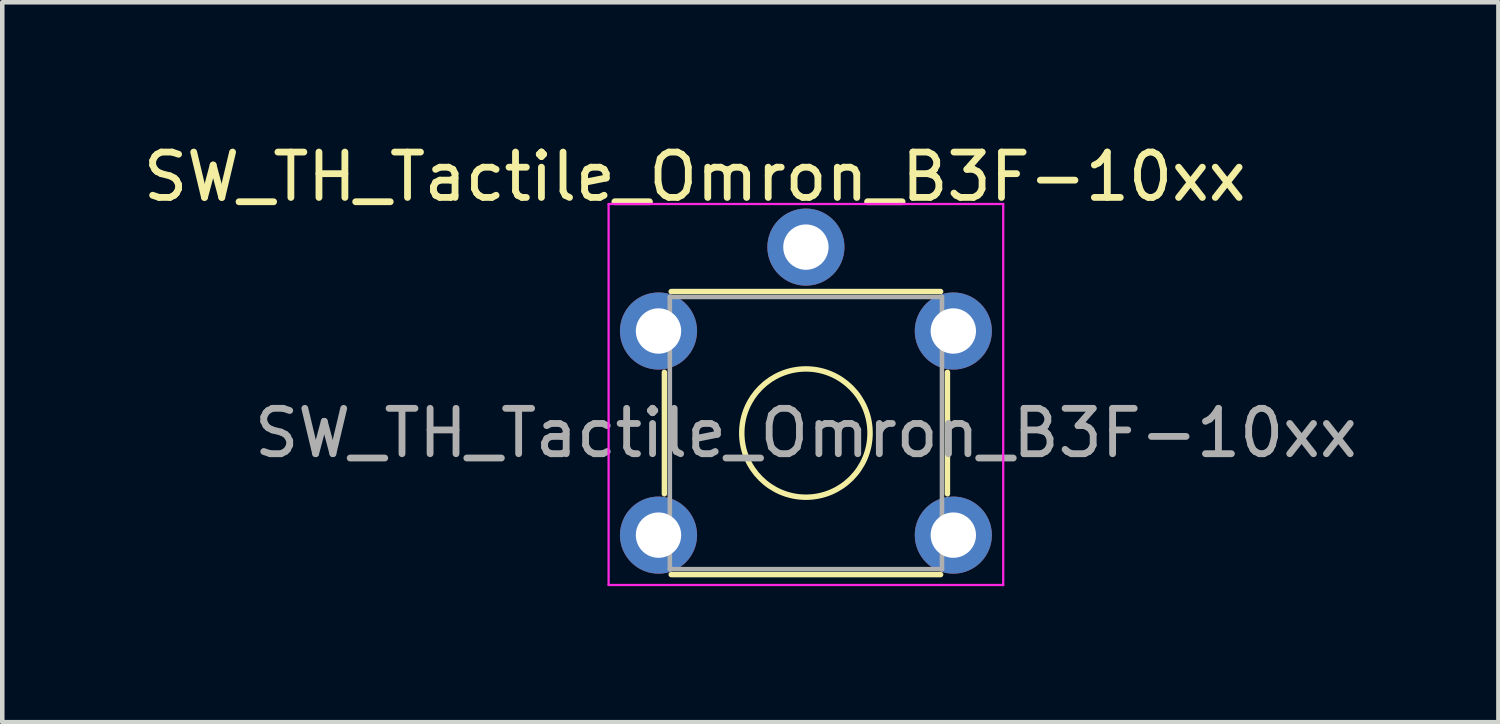
<source format=kicad_pcb>
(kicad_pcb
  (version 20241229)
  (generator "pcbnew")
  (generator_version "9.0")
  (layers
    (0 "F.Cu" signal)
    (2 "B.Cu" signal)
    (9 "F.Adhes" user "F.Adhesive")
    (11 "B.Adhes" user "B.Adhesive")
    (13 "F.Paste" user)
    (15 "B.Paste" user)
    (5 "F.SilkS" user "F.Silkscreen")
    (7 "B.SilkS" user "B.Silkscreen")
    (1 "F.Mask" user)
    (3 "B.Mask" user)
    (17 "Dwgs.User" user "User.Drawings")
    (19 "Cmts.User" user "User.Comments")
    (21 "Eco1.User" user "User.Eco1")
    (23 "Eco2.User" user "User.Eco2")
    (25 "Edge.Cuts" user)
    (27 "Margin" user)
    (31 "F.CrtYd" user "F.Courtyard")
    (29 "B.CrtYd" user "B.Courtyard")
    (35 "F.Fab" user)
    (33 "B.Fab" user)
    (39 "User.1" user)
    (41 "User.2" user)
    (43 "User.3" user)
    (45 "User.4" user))
  (footprint "SW_TH_Tactile_Omron_B3F-10xx"
    (layer "F.Cu")
    (at 11.468 4.248)
    (property "Reference" "SW_TH_Tactile_Omron_B3F-10xx" (at 0.8 -3.4 0) (layer "F.SilkS") (effects (font (size 1 1) (thickness 0.15))))
    (attr through_hole)
    (fp_line (start 0.13 3.59) (end 0.13 0.91) (stroke (width 0.12) (type solid)) (layer "F.SilkS"))
    (fp_line (start 0.28 -0.87) (end 6.22 -0.87) (stroke (width 0.12) (type solid)) (layer "F.SilkS"))
    (fp_line (start 0.28 5.37) (end 6.22 5.37) (stroke (width 0.12) (type solid)) (layer "F.SilkS"))
    (fp_line (start 6.37 0.91) (end 6.37 3.59) (stroke (width 0.12) (type solid)) (layer "F.SilkS"))
    (fp_circle (center 3.25 2.25) (end 4.25 3.25) (stroke (width 0.12) (type solid)) (fill no) (layer "F.SilkS"))
    (fp_line (start -1.1 -2.8) (end -1.1 5.6) (stroke (width 0.05) (type solid)) (layer "F.CrtYd"))
    (fp_line (start -1.1 5.6) (end 7.6 5.6) (stroke (width 0.05) (type solid)) (layer "F.CrtYd"))
    (fp_line (start 7.6 -2.8) (end -1.1 -2.8) (stroke (width 0.05) (type solid)) (layer "F.CrtYd"))
    (fp_line (start 7.6 5.6) (end 7.6 -2.8) (stroke (width 0.05) (type solid)) (layer "F.CrtYd"))
    (fp_line (start 0.25 -0.75) (end 0.25 5.25) (stroke (width 0.1) (type solid)) (layer "F.Fab"))
    (fp_line (start 0.25 -0.75) (end 6.25 -0.75) (stroke (width 0.1) (type solid)) (layer "F.Fab"))
    (fp_line (start 0.25 5.25) (end 6.25 5.25) (stroke (width 0.1) (type solid)) (layer "F.Fab"))
    (fp_line (start 6.25 -0.75) (end 6.25 5.25) (stroke (width 0.1) (type solid)) (layer "F.Fab"))
    (fp_text user "${REFERENCE}" (at 3.25 2.25 0) (layer "F.Fab") (effects (font (size 1 1) (thickness 0.15))))
    (pad "1" thru_hole circle (at 0 0) (size 1.7 1.7) (drill 1) (layers "*.Cu" "*.Mask"))
    (pad "2" thru_hole circle (at 6.5 0) (size 1.7 1.7) (drill 1) (layers "*.Cu" "*.Mask"))
    (pad "3" thru_hole circle (at 0 4.5) (size 1.7 1.7) (drill 1) (layers "*.Cu" "*.Mask"))
    (pad "4" thru_hole circle (at 6.5 4.5) (size 1.7 1.7) (drill 1) (layers "*.Cu" "*.Mask"))
    (pad "5" thru_hole circle (at 3.25 -1.85) (size 1.7 1.7) (drill 1) (layers "*.Cu" "*.Mask")))
  (gr_rect
    (start -3 -3)
    (end 29.986 12.873)
    (stroke (width 0.1) (type default))
    (fill no)
    (layer "Edge.Cuts")))
</source>
